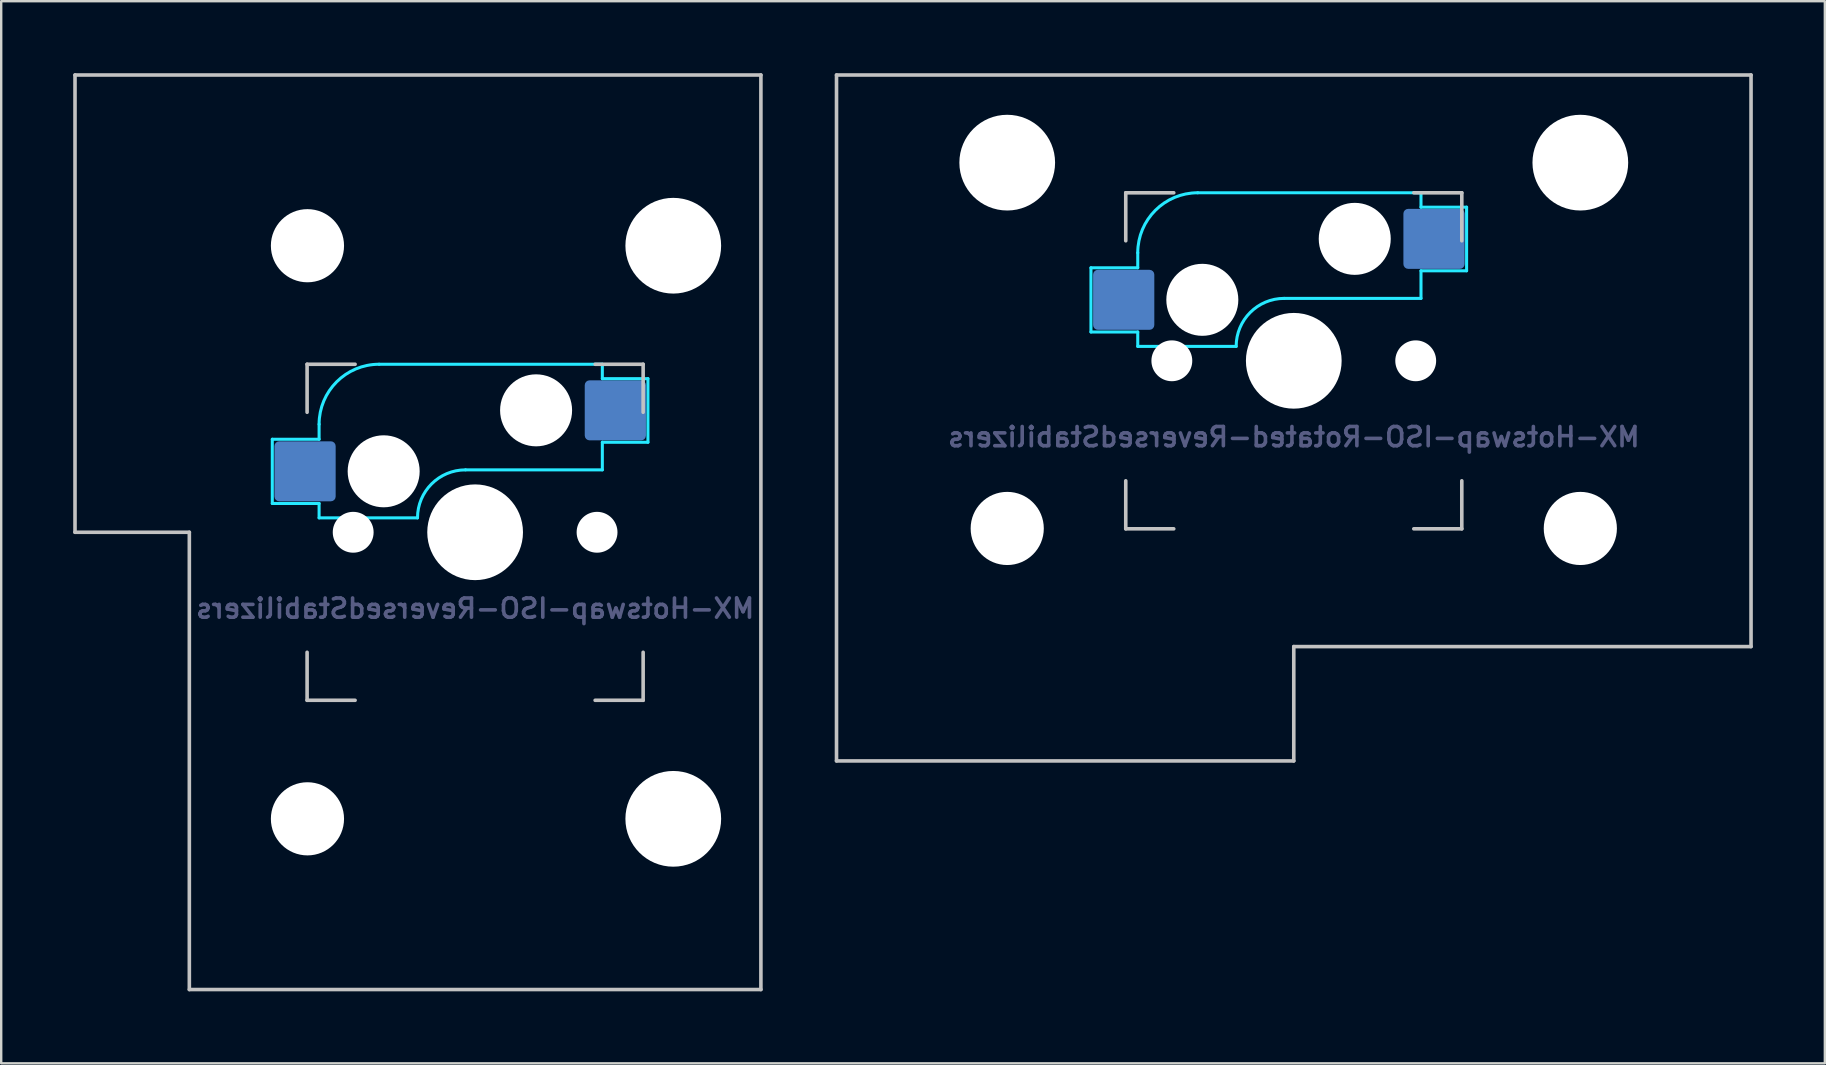
<source format=kicad_pcb>
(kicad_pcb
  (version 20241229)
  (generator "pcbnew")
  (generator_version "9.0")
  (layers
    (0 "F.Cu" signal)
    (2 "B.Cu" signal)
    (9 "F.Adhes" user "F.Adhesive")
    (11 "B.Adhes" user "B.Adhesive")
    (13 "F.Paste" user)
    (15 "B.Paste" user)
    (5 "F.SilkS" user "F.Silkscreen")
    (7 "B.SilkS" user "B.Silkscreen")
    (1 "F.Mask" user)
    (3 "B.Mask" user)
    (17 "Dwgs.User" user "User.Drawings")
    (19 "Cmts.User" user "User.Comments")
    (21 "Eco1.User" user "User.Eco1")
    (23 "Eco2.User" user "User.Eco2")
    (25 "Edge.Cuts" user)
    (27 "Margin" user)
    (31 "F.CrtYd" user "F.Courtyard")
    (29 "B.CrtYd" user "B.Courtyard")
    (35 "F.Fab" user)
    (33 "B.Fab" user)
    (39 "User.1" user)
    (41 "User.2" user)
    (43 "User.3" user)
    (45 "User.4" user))
  (footprint "MX-Hotswap-ISO-ReversedStabilizers"
    (layer "F.Cu")
    (at 16.744 19.125)
    (property "Reference" "MX-Hotswap-ISO-ReversedStabilizers" (at 0 3.175 0) (layer "B.Fab") (effects (font (size 0.8 0.8) (thickness 0.15)) (justify mirror)))
    (attr smd)
    (fp_line (start -16.669 -19.05) (end -16.669 0) (stroke (width 0.15) (type solid)) (layer "Dwgs.User"))
    (fp_line (start -16.669 -19.05) (end 11.906 -19.05) (stroke (width 0.15) (type solid)) (layer "Dwgs.User"))
    (fp_line (start -11.906 0) (end -16.669 0) (stroke (width 0.15) (type solid)) (layer "Dwgs.User"))
    (fp_line (start -11.906 19.05) (end -11.906 0) (stroke (width 0.15) (type solid)) (layer "Dwgs.User"))
    (fp_line (start -11.906 19.05) (end 11.906 19.05) (stroke (width 0.15) (type solid)) (layer "Dwgs.User"))
    (fp_line (start -7 -7) (end -7 -5) (stroke (width 0.15) (type solid)) (layer "Dwgs.User"))
    (fp_line (start -7 5) (end -7 7) (stroke (width 0.15) (type solid)) (layer "Dwgs.User"))
    (fp_line (start -7 7) (end -5 7) (stroke (width 0.15) (type solid)) (layer "Dwgs.User"))
    (fp_line (start -5 -7) (end -7 -7) (stroke (width 0.15) (type solid)) (layer "Dwgs.User"))
    (fp_line (start 5 -7) (end 7 -7) (stroke (width 0.15) (type solid)) (layer "Dwgs.User"))
    (fp_line (start 5 7) (end 7 7) (stroke (width 0.15) (type solid)) (layer "Dwgs.User"))
    (fp_line (start 7 -7) (end 7 -5) (stroke (width 0.15) (type solid)) (layer "Dwgs.User"))
    (fp_line (start 7 7) (end 7 5) (stroke (width 0.15) (type solid)) (layer "Dwgs.User"))
    (fp_line (start 11.906 -19.05) (end 11.906 19.05) (stroke (width 0.15) (type solid)) (layer "Dwgs.User"))
    (fp_line (start -8.45 -3.875) (end -8.45 -1.2) (stroke (width 0.127) (type solid)) (layer "B.CrtYd"))
    (fp_line (start -8.45 -1.2) (end -6.5 -1.2) (stroke (width 0.127) (type solid)) (layer "B.CrtYd"))
    (fp_line (start -6.5 -4.5) (end -6.5 -3.875) (stroke (width 0.127) (type solid)) (layer "B.CrtYd"))
    (fp_line (start -6.5 -3.875) (end -8.45 -3.875) (stroke (width 0.127) (type solid)) (layer "B.CrtYd"))
    (fp_line (start -6.5 -0.6) (end -6.5 -1.2) (stroke (width 0.127) (type solid)) (layer "B.CrtYd"))
    (fp_line (start -6.5 -0.6) (end -2.4 -0.6) (stroke (width 0.127) (type solid)) (layer "B.CrtYd"))
    (fp_line (start -0.4 -2.6) (end 5.3 -2.6) (stroke (width 0.127) (type solid)) (layer "B.CrtYd"))
    (fp_line (start 5.3 -7) (end -4 -7) (stroke (width 0.127) (type solid)) (layer "B.CrtYd"))
    (fp_line (start 5.3 -7) (end 5.3 -6.4) (stroke (width 0.127) (type solid)) (layer "B.CrtYd"))
    (fp_line (start 5.3 -6.4) (end 7.2 -6.4) (stroke (width 0.127) (type solid)) (layer "B.CrtYd"))
    (fp_line (start 5.3 -2.6) (end 5.3 -3.75) (stroke (width 0.127) (type solid)) (layer "B.CrtYd"))
    (fp_line (start 7.2 -6.4) (end 7.2 -3.75) (stroke (width 0.127) (type solid)) (layer "B.CrtYd"))
    (fp_line (start 7.2 -3.75) (end 5.3 -3.75) (stroke (width 0.127) (type solid)) (layer "B.CrtYd"))
    (fp_arc (start -6.5 -4.5) (mid -5.767767 -6.267767) (end -4 -7) (stroke (width 0.127) (type solid)) (layer "B.CrtYd"))
    (fp_arc (start -2.4 -0.6) (mid -1.814214 -2.014214) (end -0.4 -2.6) (stroke (width 0.127) (type solid)) (layer "B.CrtYd"))
    (pad "" np_thru_hole circle (at -6.985 -11.938) (size 3.048 3.048) (drill 3.048) (layers "*.Cu" "*.Mask"))
    (pad "" np_thru_hole circle (at -6.985 11.938) (size 3.048 3.048) (drill 3.048) (layers "*.Cu" "*.Mask"))
    (pad "" np_thru_hole circle (at -5.08 0 48.099) (size 1.702 1.702) (drill 1.702) (layers "*.Cu" "*.Mask"))
    (pad "" np_thru_hole circle (at -3.81 -2.54) (size 3 3) (drill 3) (layers "*.Cu" "*.Mask"))
    (pad "" np_thru_hole circle (at 0 0) (size 3.988 3.988) (drill 3.988) (layers "*.Cu" "*.Mask"))
    (pad "" np_thru_hole circle (at 2.54 -5.08) (size 3 3) (drill 3) (layers "*.Cu" "*.Mask"))
    (pad "" np_thru_hole circle (at 5.08 0 48.099) (size 1.702 1.702) (drill 1.702) (layers "*.Cu" "*.Mask"))
    (pad "" np_thru_hole circle (at 8.255 -11.938) (size 3.988 3.988) (drill 3.988) (layers "*.Cu" "*.Mask"))
    (pad "" np_thru_hole circle (at 8.255 11.938) (size 3.988 3.988) (drill 3.988) (layers "*.Cu" "*.Mask"))
    (pad "1" smd roundrect (at -7.085 -2.54) (size 2.55 2.5) (layers "B.Cu" "B.Mask" "B.Paste") (roundrect_rratio 0.08))
    (pad "2" smd roundrect (at 5.842 -5.08) (size 2.55 2.5) (layers "B.Cu" "B.Mask" "B.Paste") (roundrect_rratio 0.08)))
  (footprint "MX-Hotswap-ISO-Rotated-ReversedStabilizers"
    (layer "F.Cu")
    (at 50.85 11.981)
    (property "Reference" "MX-Hotswap-ISO-Rotated-ReversedStabilizers" (at 0 3.175 0) (layer "B.Fab") (effects (font (size 0.8 0.8) (thickness 0.15)) (justify mirror)))
    (attr smd)
    (fp_line (start -19.05 -11.906) (end 19.05 -11.906) (stroke (width 0.15) (type solid)) (layer "Dwgs.User"))
    (fp_line (start -19.05 16.669) (end -19.05 -11.906) (stroke (width 0.15) (type solid)) (layer "Dwgs.User"))
    (fp_line (start -19.05 16.669) (end 0 16.669) (stroke (width 0.15) (type solid)) (layer "Dwgs.User"))
    (fp_line (start -7 -7) (end -7 -5) (stroke (width 0.15) (type solid)) (layer "Dwgs.User"))
    (fp_line (start -7 5) (end -7 7) (stroke (width 0.15) (type solid)) (layer "Dwgs.User"))
    (fp_line (start -7 7) (end -5 7) (stroke (width 0.15) (type solid)) (layer "Dwgs.User"))
    (fp_line (start -5 -7) (end -7 -7) (stroke (width 0.15) (type solid)) (layer "Dwgs.User"))
    (fp_line (start 0 11.906) (end 0 16.669) (stroke (width 0.15) (type solid)) (layer "Dwgs.User"))
    (fp_line (start 5 -7) (end 7 -7) (stroke (width 0.15) (type solid)) (layer "Dwgs.User"))
    (fp_line (start 5 7) (end 7 7) (stroke (width 0.15) (type solid)) (layer "Dwgs.User"))
    (fp_line (start 7 -7) (end 7 -5) (stroke (width 0.15) (type solid)) (layer "Dwgs.User"))
    (fp_line (start 7 7) (end 7 5) (stroke (width 0.15) (type solid)) (layer "Dwgs.User"))
    (fp_line (start 19.05 11.906) (end 0 11.906) (stroke (width 0.15) (type solid)) (layer "Dwgs.User"))
    (fp_line (start 19.05 11.906) (end 19.05 -11.906) (stroke (width 0.15) (type solid)) (layer "Dwgs.User"))
    (fp_line (start -8.45 -3.875) (end -8.45 -1.2) (stroke (width 0.127) (type solid)) (layer "B.CrtYd"))
    (fp_line (start -8.45 -1.2) (end -6.5 -1.2) (stroke (width 0.127) (type solid)) (layer "B.CrtYd"))
    (fp_line (start -6.5 -4.5) (end -6.5 -3.875) (stroke (width 0.127) (type solid)) (layer "B.CrtYd"))
    (fp_line (start -6.5 -3.875) (end -8.45 -3.875) (stroke (width 0.127) (type solid)) (layer "B.CrtYd"))
    (fp_line (start -6.5 -0.6) (end -6.5 -1.2) (stroke (width 0.127) (type solid)) (layer "B.CrtYd"))
    (fp_line (start -6.5 -0.6) (end -2.4 -0.6) (stroke (width 0.127) (type solid)) (layer "B.CrtYd"))
    (fp_line (start -0.4 -2.6) (end 5.3 -2.6) (stroke (width 0.127) (type solid)) (layer "B.CrtYd"))
    (fp_line (start 5.3 -7) (end -4 -7) (stroke (width 0.127) (type solid)) (layer "B.CrtYd"))
    (fp_line (start 5.3 -7) (end 5.3 -6.4) (stroke (width 0.127) (type solid)) (layer "B.CrtYd"))
    (fp_line (start 5.3 -6.4) (end 7.2 -6.4) (stroke (width 0.127) (type solid)) (layer "B.CrtYd"))
    (fp_line (start 5.3 -2.6) (end 5.3 -3.75) (stroke (width 0.127) (type solid)) (layer "B.CrtYd"))
    (fp_line (start 7.2 -6.4) (end 7.2 -3.75) (stroke (width 0.127) (type solid)) (layer "B.CrtYd"))
    (fp_line (start 7.2 -3.75) (end 5.3 -3.75) (stroke (width 0.127) (type solid)) (layer "B.CrtYd"))
    (fp_arc (start -6.5 -4.5) (mid -5.767767 -6.267767) (end -4 -7) (stroke (width 0.127) (type solid)) (layer "B.CrtYd"))
    (fp_arc (start -2.4 -0.6) (mid -1.814214 -2.014214) (end -0.4 -2.6) (stroke (width 0.127) (type solid)) (layer "B.CrtYd"))
    (pad "" np_thru_hole circle (at -11.938 -8.255) (size 3.988 3.988) (drill 3.988) (layers "*.Cu" "*.Mask"))
    (pad "" np_thru_hole circle (at -11.938 6.985) (size 3.048 3.048) (drill 3.048) (layers "*.Cu" "*.Mask"))
    (pad "" np_thru_hole circle (at -5.08 0 48.099) (size 1.702 1.702) (drill 1.702) (layers "*.Cu" "*.Mask"))
    (pad "" np_thru_hole circle (at -3.81 -2.54) (size 3 3) (drill 3) (layers "*.Cu" "*.Mask"))
    (pad "" np_thru_hole circle (at 0 0) (size 3.988 3.988) (drill 3.988) (layers "*.Cu" "*.Mask"))
    (pad "" np_thru_hole circle (at 2.54 -5.08) (size 3 3) (drill 3) (layers "*.Cu" "*.Mask"))
    (pad "" np_thru_hole circle (at 5.08 0 48.099) (size 1.702 1.702) (drill 1.702) (layers "*.Cu" "*.Mask"))
    (pad "" np_thru_hole circle (at 11.938 -8.255) (size 3.988 3.988) (drill 3.988) (layers "*.Cu" "*.Mask"))
    (pad "" np_thru_hole circle (at 11.938 6.985) (size 3.048 3.048) (drill 3.048) (layers "*.Cu" "*.Mask"))
    (pad "1" smd roundrect (at -7.085 -2.54) (size 2.55 2.5) (layers "B.Cu" "B.Mask" "B.Paste") (roundrect_rratio 0.08))
    (pad "2" smd roundrect (at 5.842 -5.08) (size 2.55 2.5) (layers "B.Cu" "B.Mask" "B.Paste") (roundrect_rratio 0.08)))
  (gr_rect
    (start -3 -3)
    (end 72.975 41.25)
    (stroke (width 0.1) (type default))
    (fill no)
    (layer "Edge.Cuts")))
</source>
